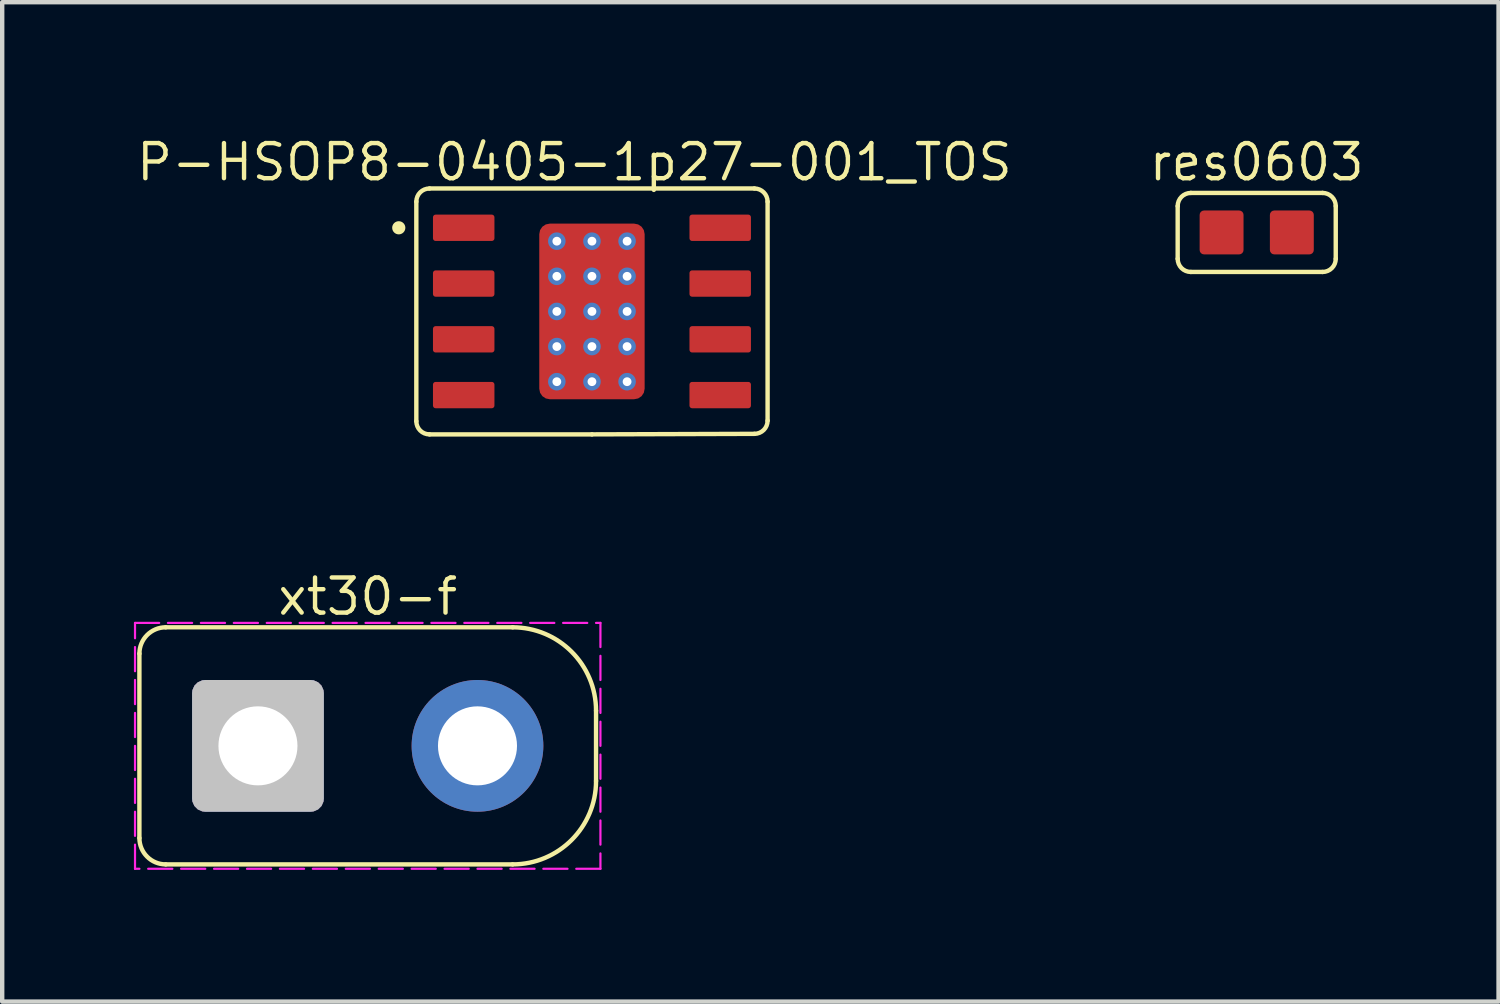
<source format=kicad_pcb>
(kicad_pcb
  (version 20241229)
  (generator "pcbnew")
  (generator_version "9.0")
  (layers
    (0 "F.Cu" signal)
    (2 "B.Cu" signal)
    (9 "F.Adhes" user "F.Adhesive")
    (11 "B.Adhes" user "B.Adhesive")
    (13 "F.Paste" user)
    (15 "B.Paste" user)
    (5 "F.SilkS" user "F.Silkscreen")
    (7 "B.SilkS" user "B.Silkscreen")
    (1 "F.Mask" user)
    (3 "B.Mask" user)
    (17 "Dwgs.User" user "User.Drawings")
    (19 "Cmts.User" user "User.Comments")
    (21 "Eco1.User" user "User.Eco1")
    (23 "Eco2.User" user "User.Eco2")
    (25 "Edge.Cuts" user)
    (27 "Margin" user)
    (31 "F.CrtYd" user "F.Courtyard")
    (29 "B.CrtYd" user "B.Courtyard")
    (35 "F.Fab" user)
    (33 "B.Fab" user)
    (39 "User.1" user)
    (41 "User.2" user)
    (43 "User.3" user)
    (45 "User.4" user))
  (footprint "xt30-f"
    (layer "F.Cu")
    (at 5.325 13.937)
    (property "Reference" "xt30-f" (at 0 -3.4 0) (unlocked yes) (layer "F.SilkS") (effects (font (size 0.8 0.8) (thickness 0.1))))
    (attr through_hole)
    (fp_line (start -5.2 -2.1) (end -5.2 2.1) (stroke (width 0.1) (type default)) (layer "F.SilkS"))
    (fp_line (start -4.6 2.7) (end 3.3 2.7) (stroke (width 0.1) (type default)) (layer "F.SilkS"))
    (fp_line (start 3.3 -2.7) (end -4.6 -2.7) (stroke (width 0.1) (type default)) (layer "F.SilkS"))
    (fp_line (start 5.2 0.8) (end 5.2 -0.8) (stroke (width 0.1) (type default)) (layer "F.SilkS"))
    (fp_arc (start -5.2 -2.1) (mid -5.024264 -2.524264) (end -4.6 -2.7) (stroke (width 0.1) (type default)) (layer "F.SilkS"))
    (fp_arc (start -4.6 2.7) (mid -5.024264 2.524264) (end -5.2 2.1) (stroke (width 0.1) (type default)) (layer "F.SilkS"))
    (fp_arc (start 3.3 -2.7) (mid 4.643503 -2.143503) (end 5.2 -0.8) (stroke (width 0.1) (type default)) (layer "F.SilkS"))
    (fp_arc (start 5.2 0.8) (mid 4.643503 2.143503) (end 3.3 2.7) (stroke (width 0.1) (type default)) (layer "F.SilkS"))
    (fp_rect (start -5.3 -2.8) (end 5.3 2.8) (stroke (width 0.05) (type dash)) (fill no) (layer "F.CrtYd"))
    (pad "1" thru_hole roundrect (at -2.5 0 180) (size 3 3) (drill 1.8) (layers "*.Cu" "*.Mask" "Dwgs.User") (roundrect_rratio 0.1))
    (pad "2" thru_hole circle (at 2.5 0 180) (size 3 3) (drill 1.8) (layers "*.Cu" "*.Mask")))
  (footprint "P-HSOP8-0405-1p27-001_TOS"
    (layer "F.Cu")
    (at 10.432 4.043)
    (property "Reference" "P-HSOP8-0405-1p27-001_TOS" (at -0.4 -3.4 0) (unlocked yes) (layer "F.SilkS") (effects (font (size 0.8 0.8) (thickness 0.1))))
    (attr smd)
    (fp_line (start -4 2.5) (end -4 -2.5) (stroke (width 0.1) (type default)) (layer "F.SilkS"))
    (fp_line (start -3.7 2.8) (end 0 2.8) (stroke (width 0.1) (type default)) (layer "F.SilkS"))
    (fp_line (start 3.7 -2.8) (end -3.7 -2.8) (stroke (width 0.1) (type default)) (layer "F.SilkS"))
    (fp_line (start 3.7 2.788) (end 0 2.8) (stroke (width 0.1) (type default)) (layer "F.SilkS"))
    (fp_line (start 4 -2.5) (end 4 2.488) (stroke (width 0.1) (type default)) (layer "F.SilkS"))
    (fp_arc (start -4 -2.5) (mid -3.912132 -2.712132) (end -3.7 -2.8) (stroke (width 0.1) (type default)) (layer "F.SilkS"))
    (fp_arc (start -3.7 2.8) (mid -3.912132 2.712132) (end -4 2.5) (stroke (width 0.1) (type default)) (layer "F.SilkS"))
    (fp_arc (start 3.7 -2.8) (mid 3.912132 -2.712132) (end 4 -2.5) (stroke (width 0.1) (type default)) (layer "F.SilkS"))
    (fp_arc (start 4 2.487868) (mid 3.912132 2.7) (end 3.7 2.787868) (stroke (width 0.1) (type default)) (layer "F.SilkS"))
    (fp_circle (center -4.4 -1.905) (end -4.3 -1.905) (stroke (width 0.1) (type solid)) (fill yes) (layer "F.SilkS"))
    (pad "1" smd roundrect (at -2.921 -1.905 90) (size 0.6 1.4) (layers "F.Cu" "F.Mask" "F.Paste") (roundrect_rratio 0.1))
    (pad "2" smd roundrect (at -2.921 -0.635 90) (size 0.6 1.4) (layers "F.Cu" "F.Mask" "F.Paste") (roundrect_rratio 0.1))
    (pad "3" smd roundrect (at -2.921 0.635 90) (size 0.6 1.4) (layers "F.Cu" "F.Mask" "F.Paste") (roundrect_rratio 0.1))
    (pad "4" smd roundrect (at -2.921 1.905 90) (size 0.6 1.4) (layers "F.Cu" "F.Mask" "F.Paste") (roundrect_rratio 0.1))
    (pad "5" smd roundrect (at 2.921 1.905 270) (size 0.6 1.4) (layers "F.Cu" "F.Mask" "F.Paste") (roundrect_rratio 0.1))
    (pad "6" smd roundrect (at 2.921 0.635 270) (size 0.6 1.4) (layers "F.Cu" "F.Mask" "F.Paste") (roundrect_rratio 0.1))
    (pad "7" smd roundrect (at 2.921 -0.635 270) (size 0.6 1.4) (layers "F.Cu" "F.Mask" "F.Paste") (roundrect_rratio 0.1))
    (pad "8" smd roundrect (at 2.921 -1.905 270) (size 0.6 1.4) (layers "F.Cu" "F.Mask" "F.Paste") (roundrect_rratio 0.1))
    (pad "9" thru_hole circle (at -0.8 -1.6) (size 0.4 0.4) (drill 0.2) (layers "*.Cu" "*.Mask"))
    (pad "9" thru_hole circle (at -0.8 -0.8) (size 0.4 0.4) (drill 0.2) (layers "*.Cu" "*.Mask"))
    (pad "9" thru_hole circle (at -0.8 0) (size 0.4 0.4) (drill 0.2) (layers "*.Cu" "*.Mask"))
    (pad "9" thru_hole circle (at -0.8 0.8 180) (size 0.4 0.4) (drill 0.2) (layers "*.Cu" "*.Mask"))
    (pad "9" thru_hole circle (at -0.8 1.6 180) (size 0.4 0.4) (drill 0.2) (layers "*.Cu" "*.Mask"))
    (pad "9" thru_hole circle (at 0 -1.6) (size 0.4 0.4) (drill 0.2) (layers "*.Cu" "*.Mask"))
    (pad "9" thru_hole circle (at 0 -0.8) (size 0.4 0.4) (drill 0.2) (layers "*.Cu" "*.Mask"))
    (pad "9" thru_hole circle (at 0 0) (size 0.4 0.4) (drill 0.2) (layers "*.Cu" "*.Mask"))
    (pad "9" smd roundrect (at 0 0) (size 2.4 4) (layers "F.Cu" "F.Mask" "F.Paste") (roundrect_rratio 0.1))
    (pad "9" thru_hole circle (at 0 0.8 180) (size 0.4 0.4) (drill 0.2) (layers "*.Cu" "*.Mask"))
    (pad "9" thru_hole circle (at 0 1.6 180) (size 0.4 0.4) (drill 0.2) (layers "*.Cu" "*.Mask"))
    (pad "9" thru_hole circle (at 0.8 -1.6) (size 0.4 0.4) (drill 0.2) (layers "*.Cu" "*.Mask"))
    (pad "9" thru_hole circle (at 0.8 -0.8) (size 0.4 0.4) (drill 0.2) (layers "*.Cu" "*.Mask"))
    (pad "9" thru_hole circle (at 0.8 0) (size 0.4 0.4) (drill 0.2) (layers "*.Cu" "*.Mask"))
    (pad "9" thru_hole circle (at 0.8 0.8 180) (size 0.4 0.4) (drill 0.2) (layers "*.Cu" "*.Mask"))
    (pad "9" thru_hole circle (at 0.8 1.6 180) (size 0.4 0.4) (drill 0.2) (layers "*.Cu" "*.Mask")))
  (footprint "res0603"
    (layer "F.Cu")
    (at 25.572 2.244)
    (property "Reference" "res0603" (at 0 -1.6 0) (layer "F.SilkS") (effects (font (size 0.8 0.8) (thickness 0.1))))
    (attr smd)
    (fp_line (start -1.8 0.6) (end -1.8 -0.6) (stroke (width 0.1) (type default)) (layer "F.SilkS"))
    (fp_line (start -1.5 -0.9) (end 1.5 -0.9) (stroke (width 0.1) (type default)) (layer "F.SilkS"))
    (fp_line (start -1.5 0.9) (end 1.5 0.9) (stroke (width 0.1) (type default)) (layer "F.SilkS"))
    (fp_line (start 1.8 -0.6) (end 1.8 0.6) (stroke (width 0.1) (type default)) (layer "F.SilkS"))
    (fp_arc (start -1.8 -0.6) (mid -1.712132 -0.812132) (end -1.5 -0.9) (stroke (width 0.1) (type default)) (layer "F.SilkS"))
    (fp_arc (start -1.5 0.9) (mid -1.712132 0.812132) (end -1.8 0.6) (stroke (width 0.1) (type default)) (layer "F.SilkS"))
    (fp_arc (start 1.5 -0.9) (mid 1.712132 -0.812132) (end 1.8 -0.6) (stroke (width 0.1) (type default)) (layer "F.SilkS"))
    (fp_arc (start 1.8 0.6) (mid 1.712132 0.812132) (end 1.5 0.9) (stroke (width 0.1) (type default)) (layer "F.SilkS"))
    (pad "1" smd roundrect (at -0.8 0) (size 1 1) (layers "F.Cu" "F.Mask" "F.Paste") (roundrect_rratio 0.1))
    (pad "2" smd roundrect (at 0.8 0) (size 1 1) (layers "F.Cu" "F.Mask" "F.Paste") (roundrect_rratio 0.1)))
  (gr_rect
    (start -3 -3)
    (end 31.08 19.762)
    (stroke (width 0.1) (type default))
    (fill no)
    (layer "Edge.Cuts")))
</source>
